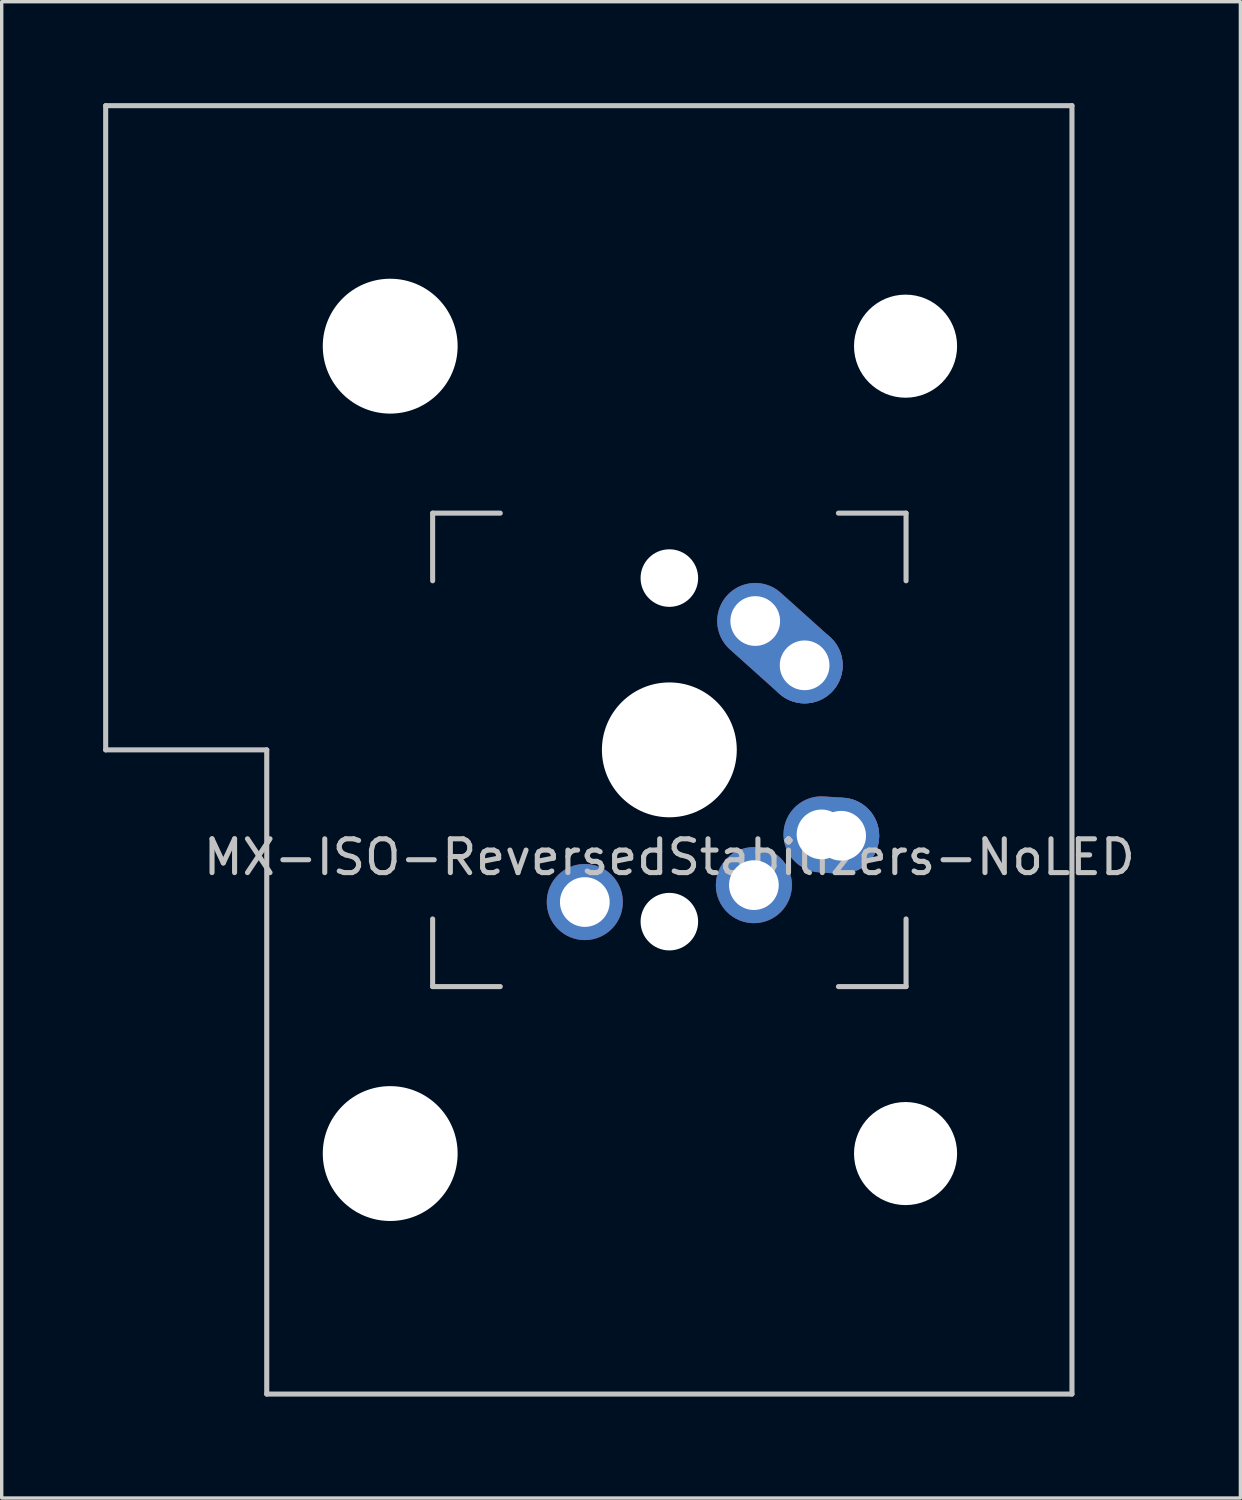
<source format=kicad_pcb>
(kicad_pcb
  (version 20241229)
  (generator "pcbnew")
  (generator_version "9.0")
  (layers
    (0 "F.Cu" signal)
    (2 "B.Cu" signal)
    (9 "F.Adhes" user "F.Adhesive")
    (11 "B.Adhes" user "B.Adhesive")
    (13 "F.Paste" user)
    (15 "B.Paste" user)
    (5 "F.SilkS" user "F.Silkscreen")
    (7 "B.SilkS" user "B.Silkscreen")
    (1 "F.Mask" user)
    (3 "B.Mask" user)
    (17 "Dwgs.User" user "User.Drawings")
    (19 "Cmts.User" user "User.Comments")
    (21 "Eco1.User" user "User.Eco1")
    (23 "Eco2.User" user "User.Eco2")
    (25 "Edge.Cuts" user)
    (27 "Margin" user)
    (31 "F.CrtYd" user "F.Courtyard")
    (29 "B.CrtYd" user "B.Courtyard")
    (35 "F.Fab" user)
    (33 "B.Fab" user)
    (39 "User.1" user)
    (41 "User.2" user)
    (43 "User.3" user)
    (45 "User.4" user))
  (footprint "MX-ISO-ReversedStabilizers-NoLED"
    (layer "F.Cu")
    (at 16.744 19.125)
    (property "Reference" "MX-ISO-ReversedStabilizers-NoLED" (at 0 3.175 0) (layer "Dwgs.User") (effects (font (size 1 1) (thickness 0.15))))
    (attr through_hole)
    (fp_line (start -16.669 -19.05) (end -16.669 0) (stroke (width 0.15) (type solid)) (layer "Dwgs.User"))
    (fp_line (start -16.669 -19.05) (end 11.906 -19.05) (stroke (width 0.15) (type solid)) (layer "Dwgs.User"))
    (fp_line (start -11.906 0) (end -16.669 0) (stroke (width 0.15) (type solid)) (layer "Dwgs.User"))
    (fp_line (start -11.906 19.05) (end -11.906 0) (stroke (width 0.15) (type solid)) (layer "Dwgs.User"))
    (fp_line (start -11.906 19.05) (end 11.906 19.05) (stroke (width 0.15) (type solid)) (layer "Dwgs.User"))
    (fp_line (start -7 -7) (end -7 -5) (stroke (width 0.15) (type solid)) (layer "Dwgs.User"))
    (fp_line (start -7 5) (end -7 7) (stroke (width 0.15) (type solid)) (layer "Dwgs.User"))
    (fp_line (start -7 7) (end -5 7) (stroke (width 0.15) (type solid)) (layer "Dwgs.User"))
    (fp_line (start -5 -7) (end -7 -7) (stroke (width 0.15) (type solid)) (layer "Dwgs.User"))
    (fp_line (start 5 -7) (end 7 -7) (stroke (width 0.15) (type solid)) (layer "Dwgs.User"))
    (fp_line (start 5 7) (end 7 7) (stroke (width 0.15) (type solid)) (layer "Dwgs.User"))
    (fp_line (start 7 -7) (end 7 -5) (stroke (width 0.15) (type solid)) (layer "Dwgs.User"))
    (fp_line (start 7 7) (end 7 5) (stroke (width 0.15) (type solid)) (layer "Dwgs.User"))
    (fp_line (start 11.906 -19.05) (end 11.906 19.05) (stroke (width 0.15) (type solid)) (layer "Dwgs.User"))
    (pad "" np_thru_hole circle (at -8.255 -11.938) (size 3.988 3.988) (drill 3.988) (layers "*.Cu" "*.Mask"))
    (pad "" np_thru_hole circle (at -8.255 11.938) (size 3.988 3.988) (drill 3.988) (layers "*.Cu" "*.Mask"))
    (pad "" np_thru_hole circle (at 0 -5.08 48.1) (size 1.702 1.702) (drill 1.702) (layers "*.Cu" "*.Mask"))
    (pad "" np_thru_hole circle (at 0 0) (size 3.988 3.988) (drill 3.988) (layers "*.Cu" "*.Mask"))
    (pad "" np_thru_hole circle (at 0 5.08 48.1) (size 1.702 1.702) (drill 1.702) (layers "*.Cu" "*.Mask"))
    (pad "" np_thru_hole circle (at 6.985 -11.938) (size 3.048 3.048) (drill 3.048) (layers "*.Cu" "*.Mask"))
    (pad "" np_thru_hole circle (at 6.985 11.938) (size 3.048 3.048) (drill 3.048) (layers "*.Cu" "*.Mask"))
    (pad "1" thru_hole circle (at 2.5 4) (size 2.25 2.25) (drill 1.47) (layers "*.Cu" "B.Mask"))
    (pad "1" thru_hole oval (at 4.5 2.5 356.055) (size 2.831 2.25) (drill 1.47 (offset 0.291 0)) (layers "*.Cu" "B.Mask"))
    (pad "1" thru_hole circle (at 5.08 2.54) (size 2.25 2.25) (drill 1.47) (layers "*.Cu" "B.Mask"))
    (pad "2" thru_hole circle (at -2.5 4.5) (size 2.25 2.25) (drill 1.47) (layers "*.Cu" "B.Mask"))
    (pad "2" thru_hole oval (at 2.54 -3.81 318.1) (size 4.212 2.25) (drill 1.47 (offset 0.981 0)) (layers "*.Cu" "B.Mask"))
    (pad "2" thru_hole circle (at 4 -2.5) (size 2.25 2.25) (drill 1.47) (layers "*.Cu" "B.Mask")))
  (gr_rect
    (start -3 -3)
    (end 33.631 41.25)
    (stroke (width 0.1) (type default))
    (fill no)
    (layer "Edge.Cuts")))
</source>
